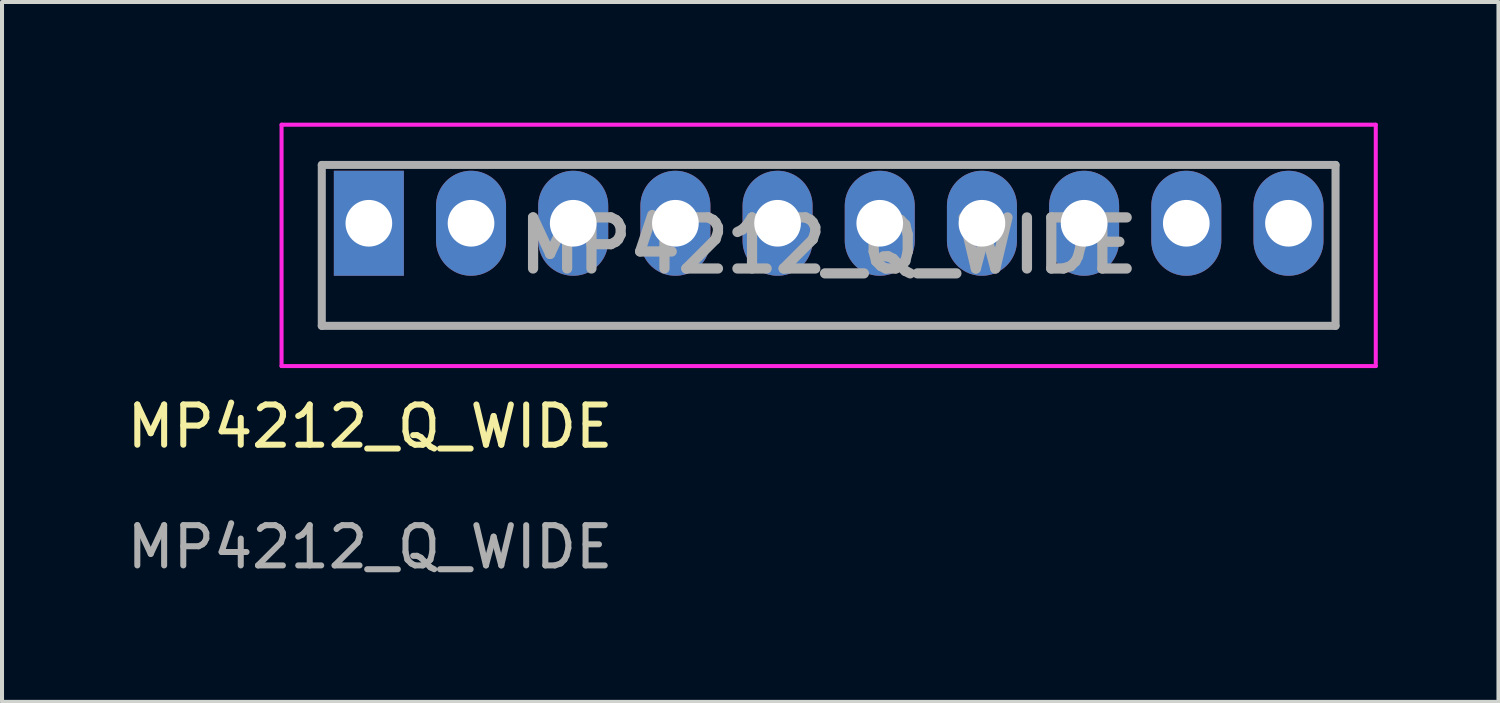
<source format=kicad_pcb>
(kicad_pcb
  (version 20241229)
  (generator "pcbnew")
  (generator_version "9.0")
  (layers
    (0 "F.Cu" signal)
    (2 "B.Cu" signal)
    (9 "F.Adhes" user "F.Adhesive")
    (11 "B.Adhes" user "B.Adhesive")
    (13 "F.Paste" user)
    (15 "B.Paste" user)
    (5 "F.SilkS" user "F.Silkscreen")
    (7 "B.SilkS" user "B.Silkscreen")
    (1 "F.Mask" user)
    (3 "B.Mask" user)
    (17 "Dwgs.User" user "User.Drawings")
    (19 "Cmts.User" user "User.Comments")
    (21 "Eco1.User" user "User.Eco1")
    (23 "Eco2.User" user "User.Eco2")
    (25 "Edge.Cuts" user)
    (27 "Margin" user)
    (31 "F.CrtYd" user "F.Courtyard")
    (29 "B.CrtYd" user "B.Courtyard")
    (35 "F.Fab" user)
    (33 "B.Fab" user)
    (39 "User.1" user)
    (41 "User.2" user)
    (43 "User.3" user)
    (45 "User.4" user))
  (footprint "MP4212_Q_WIDE"
    (layer "F.Cu")
    (at 6.119 2.5)
    (property "Reference" "MP4212_Q_WIDE" (at 0.03 5.05 0) (unlocked yes) (layer "F.SilkS") (effects (font (size 1 1) (thickness 0.15))))
    (attr smd)
    (fp_line (start -1.17 -1.45) (end 24.03 -1.45) (stroke (width 0.1) (type solid)) (layer "F.SilkS"))
    (fp_line (start -1.17 2.55) (end -1.17 -1.45) (stroke (width 0.1) (type solid)) (layer "F.SilkS"))
    (fp_line (start 24.03 -1.45) (end 24.03 2.55) (stroke (width 0.1) (type solid)) (layer "F.SilkS"))
    (fp_line (start 24.03 2.55) (end -1.17 2.55) (stroke (width 0.1) (type solid)) (layer "F.SilkS"))
    (fp_line (start -2.17 -2.45) (end 25.03 -2.45) (stroke (width 0.1) (type solid)) (layer "F.CrtYd"))
    (fp_line (start -2.17 3.55) (end -2.17 -2.45) (stroke (width 0.1) (type solid)) (layer "F.CrtYd"))
    (fp_line (start 25.03 -2.45) (end 25.03 3.55) (stroke (width 0.1) (type solid)) (layer "F.CrtYd"))
    (fp_line (start 25.03 3.55) (end -2.17 3.55) (stroke (width 0.1) (type solid)) (layer "F.CrtYd"))
    (fp_line (start -1.17 -1.45) (end 24.03 -1.45) (stroke (width 0.2) (type solid)) (layer "F.Fab"))
    (fp_line (start -1.17 2.55) (end -1.17 -1.45) (stroke (width 0.2) (type solid)) (layer "F.Fab"))
    (fp_line (start 24.03 -1.45) (end 24.03 2.55) (stroke (width 0.2) (type solid)) (layer "F.Fab"))
    (fp_line (start 24.03 2.55) (end -1.17 2.55) (stroke (width 0.2) (type solid)) (layer "F.Fab"))
    (fp_text user "${REFERENCE}" (at 0.03 8.05 0) (unlocked yes) (layer "F.Fab") (effects (font (size 1 1) (thickness 0.15))))
    (fp_text user "${REFERENCE}" (at 11.43 0.55 0) (layer "F.Fab") (effects (font (size 1.27 1.27) (thickness 0.254))))
    (pad "1" thru_hole rect (at 0 0) (size 1.74 2.61) (drill 1.16) (layers "*.Cu" "*.Mask"))
    (pad "2" thru_hole oval (at 2.54 0) (size 1.74 2.61) (drill 1.16) (layers "*.Cu" "*.Mask"))
    (pad "3" thru_hole oval (at 5.08 0) (size 1.74 2.61) (drill 1.16) (layers "*.Cu" "*.Mask"))
    (pad "4" thru_hole oval (at 7.62 0) (size 1.74 2.61) (drill 1.16) (layers "*.Cu" "*.Mask"))
    (pad "5" thru_hole oval (at 10.16 0) (size 1.74 2.61) (drill 1.16) (layers "*.Cu" "*.Mask"))
    (pad "6" thru_hole oval (at 12.7 0) (size 1.74 2.61) (drill 1.16) (layers "*.Cu" "*.Mask"))
    (pad "7" thru_hole oval (at 15.24 0) (size 1.74 2.61) (drill 1.16) (layers "*.Cu" "*.Mask"))
    (pad "8" thru_hole oval (at 17.78 0) (size 1.74 2.61) (drill 1.16) (layers "*.Cu" "*.Mask"))
    (pad "9" thru_hole oval (at 20.32 0) (size 1.74 2.61) (drill 1.16) (layers "*.Cu" "*.Mask"))
    (pad "10" thru_hole oval (at 22.86 0) (size 1.74 2.61) (drill 1.16) (layers "*.Cu" "*.Mask")))
  (gr_rect
    (start -3 -3)
    (end 34.199 14.398)
    (stroke (width 0.1) (type default))
    (fill no)
    (layer "Edge.Cuts")))
</source>
